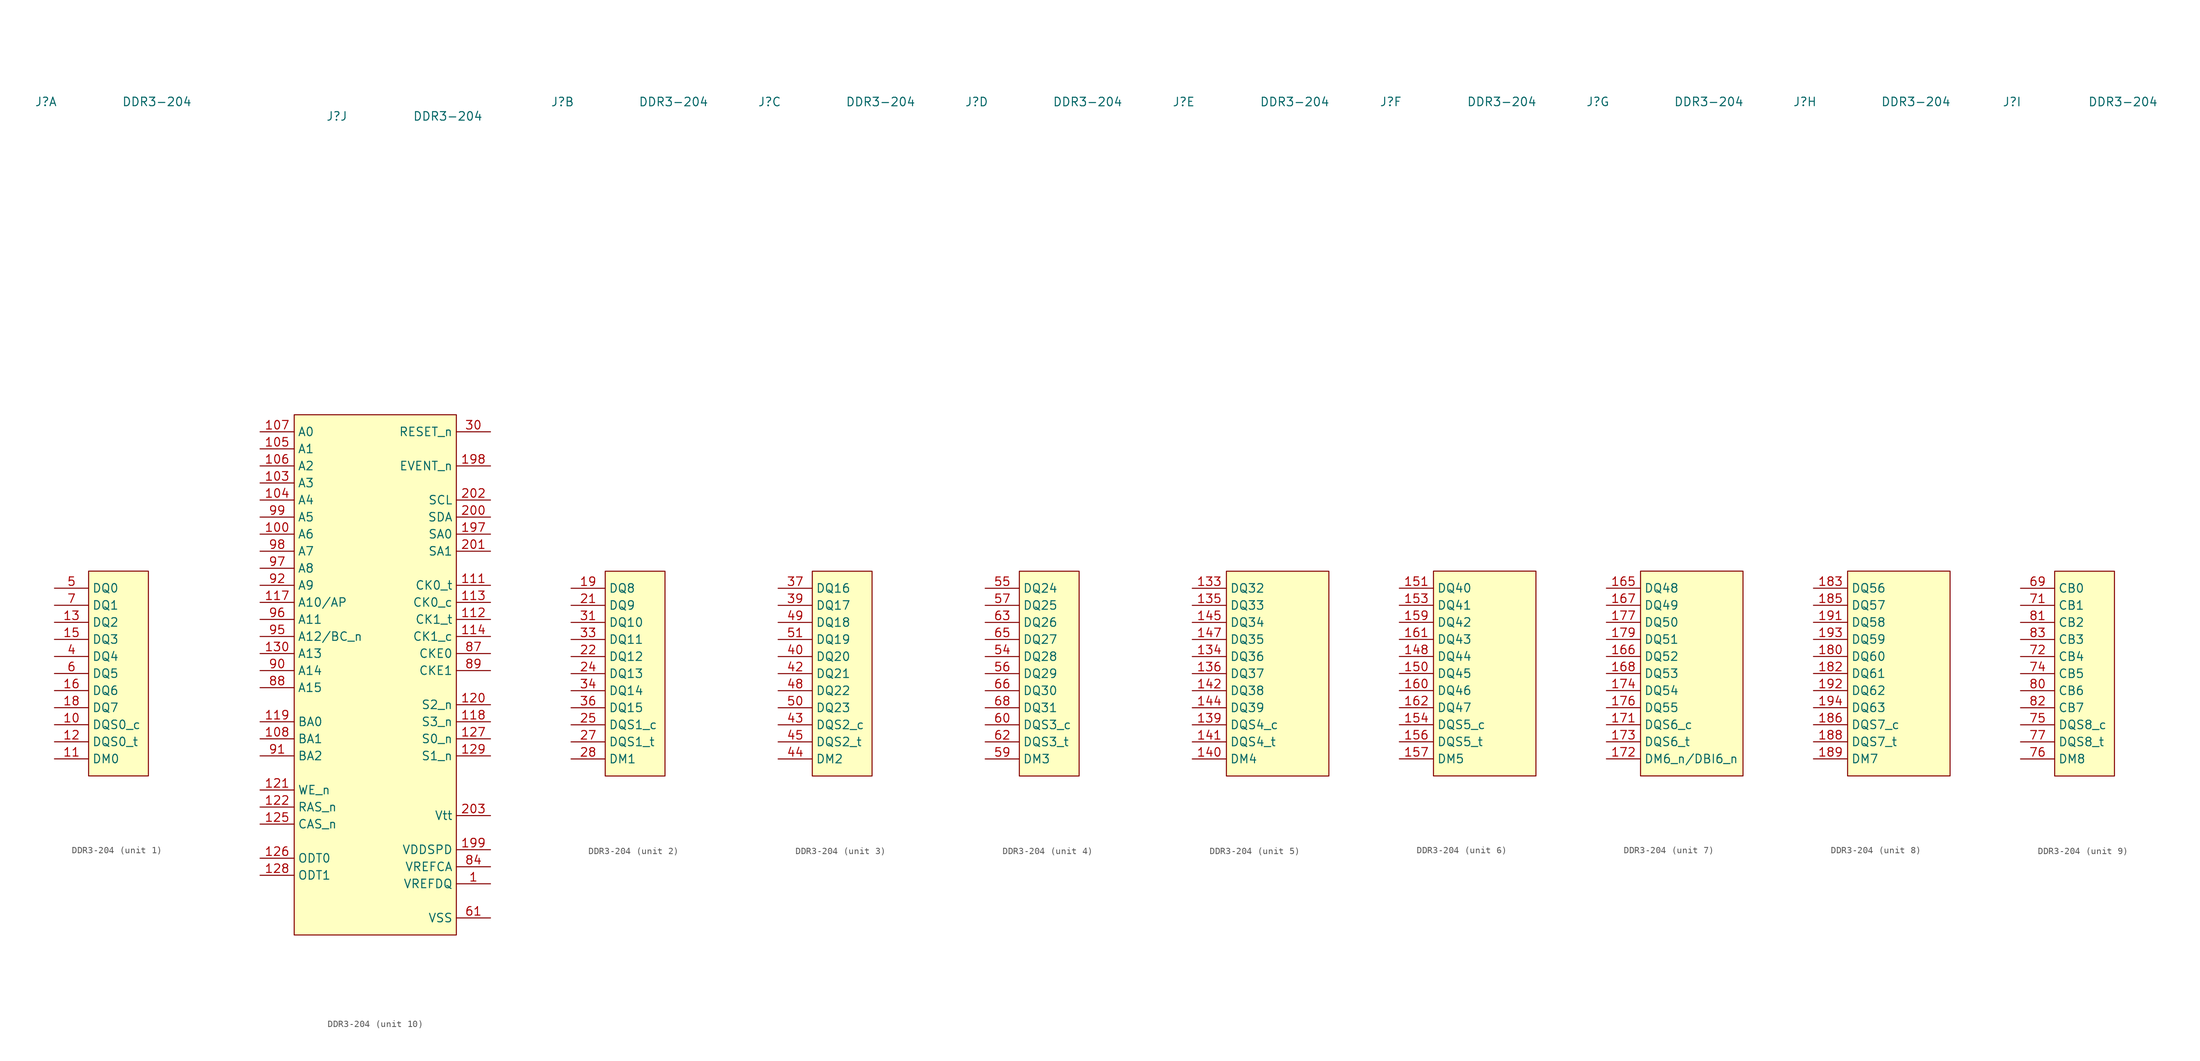
<source format=kicad_sym>
(kicad_symbol_lib
  (version 20231120)
  (generator "kicad_symbol_editor")
  (generator_version "8.0")
  (symbol "DDR3-204"
    (property "Reference" "J"
      (at -6.35 85.09 0)
      (effects (font (size 1.27 1.27))))
    (property "Value" "DDR3-204"
      (at 10.16 85.09 0)
      (effects (font (size 1.27 1.27))))
    (property "ki_locked" ""
      (at 0 0 0)
      (effects (font (size 1.27 1.27))))
    (symbol "DDR3-204_1_1"
      (rectangle (start 0 15.24) (end 8.89 -15.24) (stroke (width 0) (type default)) (fill (type background)))
      (pin passive line (at -5.08 -7.62 0) (length 5.08) (name "DQS0_c" (effects (font (size 1.27 1.27)))) (number "10" (effects (font (size 1.27 1.27)))))
      (pin passive line (at -5.08 -12.7 0) (length 5.08) (name "DM0" (effects (font (size 1.27 1.27)))) (number "11" (effects (font (size 1.27 1.27)))))
      (pin passive line (at -5.08 -10.16 0) (length 5.08) (name "DQS0_t" (effects (font (size 1.27 1.27)))) (number "12" (effects (font (size 1.27 1.27)))))
      (pin passive line (at -5.08 7.62 0) (length 5.08) (name "DQ2" (effects (font (size 1.27 1.27)))) (number "13" (effects (font (size 1.27 1.27)))))
      (pin passive line (at -5.08 5.08 0) (length 5.08) (name "DQ3" (effects (font (size 1.27 1.27)))) (number "15" (effects (font (size 1.27 1.27)))))
      (pin passive line (at -5.08 -2.54 0) (length 5.08) (name "DQ6" (effects (font (size 1.27 1.27)))) (number "16" (effects (font (size 1.27 1.27)))))
      (pin passive line (at -5.08 -5.08 0) (length 5.08) (name "DQ7" (effects (font (size 1.27 1.27)))) (number "18" (effects (font (size 1.27 1.27)))))
      (pin passive line (at -5.08 2.54 0) (length 5.08) (name "DQ4" (effects (font (size 1.27 1.27)))) (number "4" (effects (font (size 1.27 1.27)))))
      (pin passive line (at -5.08 12.7 0) (length 5.08) (name "DQ0" (effects (font (size 1.27 1.27)))) (number "5" (effects (font (size 1.27 1.27)))))
      (pin passive line (at -5.08 0 0) (length 5.08) (name "DQ5" (effects (font (size 1.27 1.27)))) (number "6" (effects (font (size 1.27 1.27)))))
      (pin passive line (at -5.08 10.16 0) (length 5.08) (name "DQ1" (effects (font (size 1.27 1.27)))) (number "7" (effects (font (size 1.27 1.27))))))
    (symbol "DDR3-204_2_1"
      (rectangle (start 0 15.24) (end 8.89 -15.24) (stroke (width 0.152) (type default)) (fill (type background)))
      (pin passive line (at -5.08 12.7 0) (length 5.08) (name "DQ8" (effects (font (size 1.27 1.27)))) (number "19" (effects (font (size 1.27 1.27)))))
      (pin passive line (at -5.08 10.16 0) (length 5.08) (name "DQ9" (effects (font (size 1.27 1.27)))) (number "21" (effects (font (size 1.27 1.27)))))
      (pin passive line (at -5.08 2.54 0) (length 5.08) (name "DQ12" (effects (font (size 1.27 1.27)))) (number "22" (effects (font (size 1.27 1.27)))))
      (pin passive line (at -5.08 0 0) (length 5.08) (name "DQ13" (effects (font (size 1.27 1.27)))) (number "24" (effects (font (size 1.27 1.27)))))
      (pin passive line (at -5.08 -7.62 0) (length 5.08) (name "DQS1_c" (effects (font (size 1.27 1.27)))) (number "25" (effects (font (size 1.27 1.27)))))
      (pin passive line (at -5.08 -10.16 0) (length 5.08) (name "DQS1_t" (effects (font (size 1.27 1.27)))) (number "27" (effects (font (size 1.27 1.27)))))
      (pin passive line (at -5.08 -12.7 0) (length 5.08) (name "DM1" (effects (font (size 1.27 1.27)))) (number "28" (effects (font (size 1.27 1.27)))))
      (pin passive line (at -5.08 7.62 0) (length 5.08) (name "DQ10" (effects (font (size 1.27 1.27)))) (number "31" (effects (font (size 1.27 1.27)))))
      (pin passive line (at -5.08 5.08 0) (length 5.08) (name "DQ11" (effects (font (size 1.27 1.27)))) (number "33" (effects (font (size 1.27 1.27)))))
      (pin passive line (at -5.08 -2.54 0) (length 5.08) (name "DQ14" (effects (font (size 1.27 1.27)))) (number "34" (effects (font (size 1.27 1.27)))))
      (pin passive line (at -5.08 -5.08 0) (length 5.08) (name "DQ15" (effects (font (size 1.27 1.27)))) (number "36" (effects (font (size 1.27 1.27))))))
    (symbol "DDR3-204_3_1"
      (rectangle (start 0 15.24) (end 8.89 -15.24) (stroke (width 0.152) (type default)) (fill (type background)))
      (pin passive line (at -5.08 12.7 0) (length 5.08) (name "DQ16" (effects (font (size 1.27 1.27)))) (number "37" (effects (font (size 1.27 1.27)))))
      (pin passive line (at -5.08 10.16 0) (length 5.08) (name "DQ17" (effects (font (size 1.27 1.27)))) (number "39" (effects (font (size 1.27 1.27)))))
      (pin passive line (at -5.08 2.54 0) (length 5.08) (name "DQ20" (effects (font (size 1.27 1.27)))) (number "40" (effects (font (size 1.27 1.27)))))
      (pin passive line (at -5.08 0 0) (length 5.08) (name "DQ21" (effects (font (size 1.27 1.27)))) (number "42" (effects (font (size 1.27 1.27)))))
      (pin passive line (at -5.08 -7.62 0) (length 5.08) (name "DQS2_c" (effects (font (size 1.27 1.27)))) (number "43" (effects (font (size 1.27 1.27)))))
      (pin passive line (at -5.08 -12.7 0) (length 5.08) (name "DM2" (effects (font (size 1.27 1.27)))) (number "44" (effects (font (size 1.27 1.27)))))
      (pin passive line (at -5.08 -10.16 0) (length 5.08) (name "DQS2_t" (effects (font (size 1.27 1.27)))) (number "45" (effects (font (size 1.27 1.27)))))
      (pin passive line (at -5.08 -2.54 0) (length 5.08) (name "DQ22" (effects (font (size 1.27 1.27)))) (number "48" (effects (font (size 1.27 1.27)))))
      (pin passive line (at -5.08 7.62 0) (length 5.08) (name "DQ18" (effects (font (size 1.27 1.27)))) (number "49" (effects (font (size 1.27 1.27)))))
      (pin passive line (at -5.08 -5.08 0) (length 5.08) (name "DQ23" (effects (font (size 1.27 1.27)))) (number "50" (effects (font (size 1.27 1.27)))))
      (pin passive line (at -5.08 5.08 0) (length 5.08) (name "DQ19" (effects (font (size 1.27 1.27)))) (number "51" (effects (font (size 1.27 1.27))))))
    (symbol "DDR3-204_4_1"
      (rectangle (start 0 15.24) (end 8.89 -15.24) (stroke (width 0.152) (type default)) (fill (type background)))
      (pin passive line (at -5.08 2.54 0) (length 5.08) (name "DQ28" (effects (font (size 1.27 1.27)))) (number "54" (effects (font (size 1.27 1.27)))))
      (pin passive line (at -5.08 12.7 0) (length 5.08) (name "DQ24" (effects (font (size 1.27 1.27)))) (number "55" (effects (font (size 1.27 1.27)))))
      (pin passive line (at -5.08 0 0) (length 5.08) (name "DQ29" (effects (font (size 1.27 1.27)))) (number "56" (effects (font (size 1.27 1.27)))))
      (pin passive line (at -5.08 10.16 0) (length 5.08) (name "DQ25" (effects (font (size 1.27 1.27)))) (number "57" (effects (font (size 1.27 1.27)))))
      (pin passive line (at -5.08 -12.7 0) (length 5.08) (name "DM3" (effects (font (size 1.27 1.27)))) (number "59" (effects (font (size 1.27 1.27)))))
      (pin passive line (at -5.08 -7.62 0) (length 5.08) (name "DQS3_c" (effects (font (size 1.27 1.27)))) (number "60" (effects (font (size 1.27 1.27)))))
      (pin passive line (at -5.08 -10.16 0) (length 5.08) (name "DQS3_t" (effects (font (size 1.27 1.27)))) (number "62" (effects (font (size 1.27 1.27)))))
      (pin passive line (at -5.08 7.62 0) (length 5.08) (name "DQ26" (effects (font (size 1.27 1.27)))) (number "63" (effects (font (size 1.27 1.27)))))
      (pin passive line (at -5.08 5.08 0) (length 5.08) (name "DQ27" (effects (font (size 1.27 1.27)))) (number "65" (effects (font (size 1.27 1.27)))))
      (pin passive line (at -5.08 -2.54 0) (length 5.08) (name "DQ30" (effects (font (size 1.27 1.27)))) (number "66" (effects (font (size 1.27 1.27)))))
      (pin passive line (at -5.08 -5.08 0) (length 5.08) (name "DQ31" (effects (font (size 1.27 1.27)))) (number "68" (effects (font (size 1.27 1.27))))))
    (symbol "DDR3-204_5_1"
      (rectangle (start 0 15.24) (end 15.24 -15.24) (stroke (width 0.152) (type default)) (fill (type background)))
      (pin passive line (at -5.08 12.7 0) (length 5.08) (name "DQ32" (effects (font (size 1.27 1.27)))) (number "133" (effects (font (size 1.27 1.27)))))
      (pin passive line (at -5.08 2.54 0) (length 5.08) (name "DQ36" (effects (font (size 1.27 1.27)))) (number "134" (effects (font (size 1.27 1.27)))))
      (pin passive line (at -5.08 10.16 0) (length 5.08) (name "DQ33" (effects (font (size 1.27 1.27)))) (number "135" (effects (font (size 1.27 1.27)))))
      (pin passive line (at -5.08 0 0) (length 5.08) (name "DQ37" (effects (font (size 1.27 1.27)))) (number "136" (effects (font (size 1.27 1.27)))))
      (pin passive line (at -5.08 -7.62 0) (length 5.08) (name "DQS4_c" (effects (font (size 1.27 1.27)))) (number "139" (effects (font (size 1.27 1.27)))))
      (pin passive line (at -5.08 -12.7 0) (length 5.08) (name "DM4" (effects (font (size 1.27 1.27)))) (number "140" (effects (font (size 1.27 1.27)))))
      (pin passive line (at -5.08 -10.16 0) (length 5.08) (name "DQS4_t" (effects (font (size 1.27 1.27)))) (number "141" (effects (font (size 1.27 1.27)))))
      (pin passive line (at -5.08 -2.54 0) (length 5.08) (name "DQ38" (effects (font (size 1.27 1.27)))) (number "142" (effects (font (size 1.27 1.27)))))
      (pin passive line (at -5.08 -5.08 0) (length 5.08) (name "DQ39" (effects (font (size 1.27 1.27)))) (number "144" (effects (font (size 1.27 1.27)))))
      (pin passive line (at -5.08 7.62 0) (length 5.08) (name "DQ34" (effects (font (size 1.27 1.27)))) (number "145" (effects (font (size 1.27 1.27)))))
      (pin passive line (at -5.08 5.08 0) (length 5.08) (name "DQ35" (effects (font (size 1.27 1.27)))) (number "147" (effects (font (size 1.27 1.27))))))
    (symbol "DDR3-204_6_1"
      (rectangle (start 0 15.24) (end 15.24 -15.24) (stroke (width 0) (type default)) (fill (type background)))
      (pin passive line (at -5.08 2.54 0) (length 5.08) (name "DQ44" (effects (font (size 1.27 1.27)))) (number "148" (effects (font (size 1.27 1.27)))))
      (pin passive line (at -5.08 0 0) (length 5.08) (name "DQ45" (effects (font (size 1.27 1.27)))) (number "150" (effects (font (size 1.27 1.27)))))
      (pin passive line (at -5.08 12.7 0) (length 5.08) (name "DQ40" (effects (font (size 1.27 1.27)))) (number "151" (effects (font (size 1.27 1.27)))))
      (pin passive line (at -5.08 10.16 0) (length 5.08) (name "DQ41" (effects (font (size 1.27 1.27)))) (number "153" (effects (font (size 1.27 1.27)))))
      (pin passive line (at -5.08 -7.62 0) (length 5.08) (name "DQS5_c" (effects (font (size 1.27 1.27)))) (number "154" (effects (font (size 1.27 1.27)))))
      (pin passive line (at -5.08 -10.16 0) (length 5.08) (name "DQS5_t" (effects (font (size 1.27 1.27)))) (number "156" (effects (font (size 1.27 1.27)))))
      (pin passive line (at -5.08 -12.7 0) (length 5.08) (name "DM5" (effects (font (size 1.27 1.27)))) (number "157" (effects (font (size 1.27 1.27)))))
      (pin passive line (at -5.08 7.62 0) (length 5.08) (name "DQ42" (effects (font (size 1.27 1.27)))) (number "159" (effects (font (size 1.27 1.27)))))
      (pin passive line (at -5.08 -2.54 0) (length 5.08) (name "DQ46" (effects (font (size 1.27 1.27)))) (number "160" (effects (font (size 1.27 1.27)))))
      (pin passive line (at -5.08 5.08 0) (length 5.08) (name "DQ43" (effects (font (size 1.27 1.27)))) (number "161" (effects (font (size 1.27 1.27)))))
      (pin passive line (at -5.08 -5.08 0) (length 5.08) (name "DQ47" (effects (font (size 1.27 1.27)))) (number "162" (effects (font (size 1.27 1.27))))))
    (symbol "DDR3-204_7_1"
      (rectangle (start 0 15.24) (end 15.24 -15.24) (stroke (width 0) (type default)) (fill (type background)))
      (pin passive line (at -5.08 12.7 0) (length 5.08) (name "DQ48" (effects (font (size 1.27 1.27)))) (number "165" (effects (font (size 1.27 1.27)))))
      (pin passive line (at -5.08 2.54 0) (length 5.08) (name "DQ52" (effects (font (size 1.27 1.27)))) (number "166" (effects (font (size 1.27 1.27)))))
      (pin passive line (at -5.08 10.16 0) (length 5.08) (name "DQ49" (effects (font (size 1.27 1.27)))) (number "167" (effects (font (size 1.27 1.27)))))
      (pin passive line (at -5.08 0 0) (length 5.08) (name "DQ53" (effects (font (size 1.27 1.27)))) (number "168" (effects (font (size 1.27 1.27)))))
      (pin passive line (at -5.08 -7.62 0) (length 5.08) (name "DQS6_c" (effects (font (size 1.27 1.27)))) (number "171" (effects (font (size 1.27 1.27)))))
      (pin passive line (at -5.08 -12.7 0) (length 5.08) (name "DM6_n/DBI6_n" (effects (font (size 1.27 1.27)))) (number "172" (effects (font (size 1.27 1.27)))))
      (pin passive line (at -5.08 -10.16 0) (length 5.08) (name "DQS6_t" (effects (font (size 1.27 1.27)))) (number "173" (effects (font (size 1.27 1.27)))))
      (pin passive line (at -5.08 -2.54 0) (length 5.08) (name "DQ54" (effects (font (size 1.27 1.27)))) (number "174" (effects (font (size 1.27 1.27)))))
      (pin passive line (at -5.08 -5.08 0) (length 5.08) (name "DQ55" (effects (font (size 1.27 1.27)))) (number "176" (effects (font (size 1.27 1.27)))))
      (pin passive line (at -5.08 7.62 0) (length 5.08) (name "DQ50" (effects (font (size 1.27 1.27)))) (number "177" (effects (font (size 1.27 1.27)))))
      (pin passive line (at -5.08 5.08 0) (length 5.08) (name "DQ51" (effects (font (size 1.27 1.27)))) (number "179" (effects (font (size 1.27 1.27))))))
    (symbol "DDR3-204_8_1"
      (rectangle (start 0 15.24) (end 15.24 -15.24) (stroke (width 0) (type default)) (fill (type background)))
      (pin passive line (at -5.08 2.54 0) (length 5.08) (name "DQ60" (effects (font (size 1.27 1.27)))) (number "180" (effects (font (size 1.27 1.27)))))
      (pin passive line (at -5.08 0 0) (length 5.08) (name "DQ61" (effects (font (size 1.27 1.27)))) (number "182" (effects (font (size 1.27 1.27)))))
      (pin passive line (at -5.08 12.7 0) (length 5.08) (name "DQ56" (effects (font (size 1.27 1.27)))) (number "183" (effects (font (size 1.27 1.27)))))
      (pin passive line (at -5.08 10.16 0) (length 5.08) (name "DQ57" (effects (font (size 1.27 1.27)))) (number "185" (effects (font (size 1.27 1.27)))))
      (pin passive line (at -5.08 -7.62 0) (length 5.08) (name "DQS7_c" (effects (font (size 1.27 1.27)))) (number "186" (effects (font (size 1.27 1.27)))))
      (pin passive line (at -5.08 -10.16 0) (length 5.08) (name "DQS7_t" (effects (font (size 1.27 1.27)))) (number "188" (effects (font (size 1.27 1.27)))))
      (pin passive line (at -5.08 -12.7 0) (length 5.08) (name "DM7" (effects (font (size 1.27 1.27)))) (number "189" (effects (font (size 1.27 1.27)))))
      (pin passive line (at -5.08 7.62 0) (length 5.08) (name "DQ58" (effects (font (size 1.27 1.27)))) (number "191" (effects (font (size 1.27 1.27)))))
      (pin passive line (at -5.08 -2.54 0) (length 5.08) (name "DQ62" (effects (font (size 1.27 1.27)))) (number "192" (effects (font (size 1.27 1.27)))))
      (pin passive line (at -5.08 5.08 0) (length 5.08) (name "DQ59" (effects (font (size 1.27 1.27)))) (number "193" (effects (font (size 1.27 1.27)))))
      (pin passive line (at -5.08 -5.08 0) (length 5.08) (name "DQ63" (effects (font (size 1.27 1.27)))) (number "194" (effects (font (size 1.27 1.27))))))
    (symbol "DDR3-204_9_1"
      (rectangle (start 0 15.24) (end 8.89 -15.24) (stroke (width 0.152) (type default)) (fill (type background)))
      (pin passive line (at -5.08 12.7 0) (length 5.08) (name "CB0" (effects (font (size 1.27 1.27)))) (number "69" (effects (font (size 1.27 1.27)))))
      (pin passive line (at -5.08 10.16 0) (length 5.08) (name "CB1" (effects (font (size 1.27 1.27)))) (number "71" (effects (font (size 1.27 1.27)))))
      (pin passive line (at -5.08 2.54 0) (length 5.08) (name "CB4" (effects (font (size 1.27 1.27)))) (number "72" (effects (font (size 1.27 1.27)))))
      (pin passive line (at -5.08 0 0) (length 5.08) (name "CB5" (effects (font (size 1.27 1.27)))) (number "74" (effects (font (size 1.27 1.27)))))
      (pin passive line (at -5.08 -7.62 0) (length 5.08) (name "DQS8_c" (effects (font (size 1.27 1.27)))) (number "75" (effects (font (size 1.27 1.27)))))
      (pin passive line (at -5.08 -12.7 0) (length 5.08) (name "DM8" (effects (font (size 1.27 1.27)))) (number "76" (effects (font (size 1.27 1.27)))))
      (pin passive line (at -5.08 -10.16 0) (length 5.08) (name "DQS8_t" (effects (font (size 1.27 1.27)))) (number "77" (effects (font (size 1.27 1.27)))))
      (pin passive line (at -5.08 -2.54 0) (length 5.08) (name "CB6" (effects (font (size 1.27 1.27)))) (number "80" (effects (font (size 1.27 1.27)))))
      (pin passive line (at -5.08 7.62 0) (length 5.08) (name "CB2" (effects (font (size 1.27 1.27)))) (number "81" (effects (font (size 1.27 1.27)))))
      (pin passive line (at -5.08 -5.08 0) (length 5.08) (name "CB7" (effects (font (size 1.27 1.27)))) (number "82" (effects (font (size 1.27 1.27)))))
      (pin passive line (at -5.08 5.08 0) (length 5.08) (name "CB3" (effects (font (size 1.27 1.27)))) (number "83" (effects (font (size 1.27 1.27))))))
    (symbol "DDR3-204_10_1"
      (rectangle (start -12.7 40.64) (end 11.43 -36.83) (stroke (width 0) (type default)) (fill (type background)))
      (pin passive line (at 16.51 -29.21 180) (length 5.08) (name "VREFDQ" (effects (font (size 1.27 1.27)))) (number "1" (effects (font (size 1.27 1.27)))))
      (pin passive line (at -17.78 22.86 0) (length 5.08) (name "A6" (effects (font (size 1.27 1.27)))) (number "100" (effects (font (size 1.27 1.27)))))
      (pin passive line (at 16.51 -15.24 180) (length 5.08) hide (name "VDD" (effects (font (size 1.27 1.27)))) (number "101" (effects (font (size 1.27 1.27)))))
      (pin passive line (at 16.51 -15.24 180) (length 5.08) hide (name "VDD" (effects (font (size 1.27 1.27)))) (number "102" (effects (font (size 1.27 1.27)))))
      (pin passive line (at -17.78 30.48 0) (length 5.08) (name "A3" (effects (font (size 1.27 1.27)))) (number "103" (effects (font (size 1.27 1.27)))))
      (pin passive line (at -17.78 27.94 0) (length 5.08) (name "A4" (effects (font (size 1.27 1.27)))) (number "104" (effects (font (size 1.27 1.27)))))
      (pin passive line (at -17.78 35.56 0) (length 5.08) (name "A1" (effects (font (size 1.27 1.27)))) (number "105" (effects (font (size 1.27 1.27)))))
      (pin passive line (at -17.78 33.02 0) (length 5.08) (name "A2" (effects (font (size 1.27 1.27)))) (number "106" (effects (font (size 1.27 1.27)))))
      (pin passive line (at -17.78 38.1 0) (length 5.08) (name "A0" (effects (font (size 1.27 1.27)))) (number "107" (effects (font (size 1.27 1.27)))))
      (pin passive line (at -17.78 -7.62 0) (length 5.08) (name "BA1" (effects (font (size 1.27 1.27)))) (number "108" (effects (font (size 1.27 1.27)))))
      (pin passive line (at 16.51 -15.24 180) (length 5.08) hide (name "VDD" (effects (font (size 1.27 1.27)))) (number "109" (effects (font (size 1.27 1.27)))))
      (pin passive line (at 16.51 -15.24 180) (length 5.08) hide (name "VDD" (effects (font (size 1.27 1.27)))) (number "110" (effects (font (size 1.27 1.27)))))
      (pin passive line (at 16.51 15.24 180) (length 5.08) (name "CK0_t" (effects (font (size 1.27 1.27)))) (number "111" (effects (font (size 1.27 1.27)))))
      (pin passive line (at 16.51 10.16 180) (length 5.08) (name "CK1_t" (effects (font (size 1.27 1.27)))) (number "112" (effects (font (size 1.27 1.27)))))
      (pin passive line (at 16.51 12.7 180) (length 5.08) (name "CK0_c" (effects (font (size 1.27 1.27)))) (number "113" (effects (font (size 1.27 1.27)))))
      (pin passive line (at 16.51 7.62 180) (length 5.08) (name "CK1_c" (effects (font (size 1.27 1.27)))) (number "114" (effects (font (size 1.27 1.27)))))
      (pin passive line (at 16.51 -15.24 180) (length 5.08) hide (name "VDD" (effects (font (size 1.27 1.27)))) (number "115" (effects (font (size 1.27 1.27)))))
      (pin passive line (at 16.51 -15.24 180) (length 5.08) hide (name "VDD" (effects (font (size 1.27 1.27)))) (number "116" (effects (font (size 1.27 1.27)))))
      (pin passive line (at -17.78 12.7 0) (length 5.08) (name "A10/AP" (effects (font (size 1.27 1.27)))) (number "117" (effects (font (size 1.27 1.27)))))
      (pin passive line (at 16.51 -5.08 180) (length 5.08) (name "S3_n" (effects (font (size 1.27 1.27)))) (number "118" (effects (font (size 1.27 1.27)))))
      (pin passive line (at -17.78 -5.08 0) (length 5.08) (name "BA0" (effects (font (size 1.27 1.27)))) (number "119" (effects (font (size 1.27 1.27)))))
      (pin passive line (at 16.51 -2.54 180) (length 5.08) (name "S2_n" (effects (font (size 1.27 1.27)))) (number "120" (effects (font (size 1.27 1.27)))))
      (pin passive line (at -17.78 -15.24 0) (length 5.08) (name "WE_n" (effects (font (size 1.27 1.27)))) (number "121" (effects (font (size 1.27 1.27)))))
      (pin passive line (at -17.78 -17.78 0) (length 5.08) (name "RAS_n" (effects (font (size 1.27 1.27)))) (number "122" (effects (font (size 1.27 1.27)))))
      (pin passive line (at 16.51 -15.24 180) (length 5.08) hide (name "VDD" (effects (font (size 1.27 1.27)))) (number "123" (effects (font (size 1.27 1.27)))))
      (pin passive line (at 16.51 -15.24 180) (length 5.08) hide (name "VDD" (effects (font (size 1.27 1.27)))) (number "124" (effects (font (size 1.27 1.27)))))
      (pin passive line (at -17.78 -20.32 0) (length 5.08) (name "CAS_n" (effects (font (size 1.27 1.27)))) (number "125" (effects (font (size 1.27 1.27)))))
      (pin passive line (at -17.78 -25.4 0) (length 5.08) (name "ODT0" (effects (font (size 1.27 1.27)))) (number "126" (effects (font (size 1.27 1.27)))))
      (pin passive line (at 16.51 -7.62 180) (length 5.08) (name "S0_n" (effects (font (size 1.27 1.27)))) (number "127" (effects (font (size 1.27 1.27)))))
      (pin passive line (at -17.78 -27.94 0) (length 5.08) (name "ODT1" (effects (font (size 1.27 1.27)))) (number "128" (effects (font (size 1.27 1.27)))))
      (pin passive line (at 16.51 -10.16 180) (length 5.08) (name "S1_n" (effects (font (size 1.27 1.27)))) (number "129" (effects (font (size 1.27 1.27)))))
      (pin passive line (at -17.78 5.08 0) (length 5.08) (name "A13" (effects (font (size 1.27 1.27)))) (number "130" (effects (font (size 1.27 1.27)))))
      (pin passive line (at 16.51 -15.24 180) (length 5.08) hide (name "VDD" (effects (font (size 1.27 1.27)))) (number "131" (effects (font (size 1.27 1.27)))))
      (pin passive line (at 16.51 -15.24 180) (length 5.08) hide (name "VDD" (effects (font (size 1.27 1.27)))) (number "132" (effects (font (size 1.27 1.27)))))
      (pin passive line (at 16.51 -34.29 180) (length 5.08) hide (name "VSS" (effects (font (size 1.27 1.27)))) (number "137" (effects (font (size 1.27 1.27)))))
      (pin passive line (at 16.51 -34.29 180) (length 5.08) hide (name "VSS" (effects (font (size 1.27 1.27)))) (number "138" (effects (font (size 1.27 1.27)))))
      (pin passive line (at 16.51 -34.29 180) (length 5.08) hide (name "VSS" (effects (font (size 1.27 1.27)))) (number "14" (effects (font (size 1.27 1.27)))))
      (pin passive line (at 16.51 -34.29 180) (length 5.08) hide (name "VSS" (effects (font (size 1.27 1.27)))) (number "143" (effects (font (size 1.27 1.27)))))
      (pin passive line (at 16.51 -34.29 180) (length 5.08) hide (name "VSS" (effects (font (size 1.27 1.27)))) (number "146" (effects (font (size 1.27 1.27)))))
      (pin passive line (at 16.51 -34.29 180) (length 5.08) hide (name "VSS" (effects (font (size 1.27 1.27)))) (number "149" (effects (font (size 1.27 1.27)))))
      (pin passive line (at 16.51 -34.29 180) (length 5.08) hide (name "VSS" (effects (font (size 1.27 1.27)))) (number "152" (effects (font (size 1.27 1.27)))))
      (pin passive line (at 16.51 -34.29 180) (length 5.08) hide (name "VSS" (effects (font (size 1.27 1.27)))) (number "155" (effects (font (size 1.27 1.27)))))
      (pin passive line (at 16.51 -34.29 180) (length 5.08) hide (name "VSS" (effects (font (size 1.27 1.27)))) (number "158" (effects (font (size 1.27 1.27)))))
      (pin passive line (at 16.51 -34.29 180) (length 5.08) hide (name "VSS" (effects (font (size 1.27 1.27)))) (number "163" (effects (font (size 1.27 1.27)))))
      (pin passive line (at 16.51 -34.29 180) (length 5.08) hide (name "VSS" (effects (font (size 1.27 1.27)))) (number "164" (effects (font (size 1.27 1.27)))))
      (pin passive line (at 16.51 -34.29 180) (length 5.08) hide (name "VSS" (effects (font (size 1.27 1.27)))) (number "169" (effects (font (size 1.27 1.27)))))
      (pin passive line (at 16.51 -34.29 180) (length 5.08) hide (name "VSS" (effects (font (size 1.27 1.27)))) (number "17" (effects (font (size 1.27 1.27)))))
      (pin passive line (at 16.51 -34.29 180) (length 5.08) hide (name "VSS" (effects (font (size 1.27 1.27)))) (number "170" (effects (font (size 1.27 1.27)))))
      (pin passive line (at 16.51 -34.29 180) (length 5.08) hide (name "VSS" (effects (font (size 1.27 1.27)))) (number "175" (effects (font (size 1.27 1.27)))))
      (pin passive line (at 16.51 -34.29 180) (length 5.08) hide (name "VSS" (effects (font (size 1.27 1.27)))) (number "178" (effects (font (size 1.27 1.27)))))
      (pin passive line (at 16.51 -34.29 180) (length 5.08) hide (name "VSS" (effects (font (size 1.27 1.27)))) (number "181" (effects (font (size 1.27 1.27)))))
      (pin passive line (at 16.51 -34.29 180) (length 5.08) hide (name "VSS" (effects (font (size 1.27 1.27)))) (number "184" (effects (font (size 1.27 1.27)))))
      (pin passive line (at 16.51 -34.29 180) (length 5.08) hide (name "VSS" (effects (font (size 1.27 1.27)))) (number "187" (effects (font (size 1.27 1.27)))))
      (pin passive line (at 16.51 -34.29 180) (length 5.08) hide (name "VSS" (effects (font (size 1.27 1.27)))) (number "190" (effects (font (size 1.27 1.27)))))
      (pin passive line (at 16.51 -34.29 180) (length 5.08) hide (name "VSS" (effects (font (size 1.27 1.27)))) (number "195" (effects (font (size 1.27 1.27)))))
      (pin passive line (at 16.51 -34.29 180) (length 5.08) hide (name "VSS" (effects (font (size 1.27 1.27)))) (number "196" (effects (font (size 1.27 1.27)))))
      (pin passive line (at 16.51 22.86 180) (length 5.08) (name "SA0" (effects (font (size 1.27 1.27)))) (number "197" (effects (font (size 1.27 1.27)))))
      (pin passive line (at 16.51 33.02 180) (length 5.08) (name "EVENT_n" (effects (font (size 1.27 1.27)))) (number "198" (effects (font (size 1.27 1.27)))))
      (pin passive line (at 16.51 -24.13 180) (length 5.08) (name "VDDSPD" (effects (font (size 1.27 1.27)))) (number "199" (effects (font (size 1.27 1.27)))))
      (pin passive line (at 16.51 -34.29 180) (length 5.08) hide (name "VSS" (effects (font (size 1.27 1.27)))) (number "2" (effects (font (size 1.27 1.27)))))
      (pin passive line (at 16.51 -34.29 180) (length 5.08) hide (name "VSS" (effects (font (size 1.27 1.27)))) (number "20" (effects (font (size 1.27 1.27)))))
      (pin passive line (at 16.51 25.4 180) (length 5.08) (name "SDA" (effects (font (size 1.27 1.27)))) (number "200" (effects (font (size 1.27 1.27)))))
      (pin passive line (at 16.51 20.32 180) (length 5.08) (name "SA1" (effects (font (size 1.27 1.27)))) (number "201" (effects (font (size 1.27 1.27)))))
      (pin passive line (at 16.51 27.94 180) (length 5.08) (name "SCL" (effects (font (size 1.27 1.27)))) (number "202" (effects (font (size 1.27 1.27)))))
      (pin passive line (at 16.51 -19.05 180) (length 5.08) (name "Vtt" (effects (font (size 1.27 1.27)))) (number "203" (effects (font (size 1.27 1.27)))))
      (pin passive line (at 16.51 -19.05 180) (length 5.08) hide (name "Vtt" (effects (font (size 1.27 1.27)))) (number "204" (effects (font (size 1.27 1.27)))))
      (pin passive line (at 16.51 -34.29 180) (length 5.08) hide (name "VSS" (effects (font (size 1.27 1.27)))) (number "23" (effects (font (size 1.27 1.27)))))
      (pin passive line (at 16.51 -34.29 180) (length 5.08) hide (name "VSS" (effects (font (size 1.27 1.27)))) (number "26" (effects (font (size 1.27 1.27)))))
      (pin passive line (at 16.51 -34.29 180) (length 5.08) hide (name "VSS" (effects (font (size 1.27 1.27)))) (number "29" (effects (font (size 1.27 1.27)))))
      (pin passive line (at 16.51 -34.29 180) (length 5.08) hide (name "VSS" (effects (font (size 1.27 1.27)))) (number "3" (effects (font (size 1.27 1.27)))))
      (pin passive line (at 16.51 38.1 180) (length 5.08) (name "RESET_n" (effects (font (size 1.27 1.27)))) (number "30" (effects (font (size 1.27 1.27)))))
      (pin passive line (at 16.51 -34.29 180) (length 5.08) hide (name "VSS" (effects (font (size 1.27 1.27)))) (number "32" (effects (font (size 1.27 1.27)))))
      (pin passive line (at 16.51 -34.29 180) (length 5.08) hide (name "VSS" (effects (font (size 1.27 1.27)))) (number "35" (effects (font (size 1.27 1.27)))))
      (pin passive line (at 16.51 -34.29 180) (length 5.08) hide (name "VSS" (effects (font (size 1.27 1.27)))) (number "38" (effects (font (size 1.27 1.27)))))
      (pin passive line (at 16.51 -34.29 180) (length 5.08) hide (name "VSS" (effects (font (size 1.27 1.27)))) (number "41" (effects (font (size 1.27 1.27)))))
      (pin passive line (at 16.51 -34.29 180) (length 5.08) hide (name "VSS" (effects (font (size 1.27 1.27)))) (number "46" (effects (font (size 1.27 1.27)))))
      (pin passive line (at 16.51 -34.29 180) (length 5.08) hide (name "VSS" (effects (font (size 1.27 1.27)))) (number "47" (effects (font (size 1.27 1.27)))))
      (pin passive line (at 16.51 -34.29 180) (length 5.08) hide (name "VSS" (effects (font (size 1.27 1.27)))) (number "52" (effects (font (size 1.27 1.27)))))
      (pin passive line (at 16.51 -34.29 180) (length 5.08) hide (name "VSS" (effects (font (size 1.27 1.27)))) (number "53" (effects (font (size 1.27 1.27)))))
      (pin passive line (at 16.51 -34.29 180) (length 5.08) hide (name "VSS" (effects (font (size 1.27 1.27)))) (number "58" (effects (font (size 1.27 1.27)))))
      (pin passive line (at 16.51 -34.29 180) (length 5.08) (name "VSS" (effects (font (size 1.27 1.27)))) (number "61" (effects (font (size 1.27 1.27)))))
      (pin passive line (at 16.51 -34.29 180) (length 5.08) hide (name "VSS" (effects (font (size 1.27 1.27)))) (number "64" (effects (font (size 1.27 1.27)))))
      (pin passive line (at 16.51 -34.29 180) (length 5.08) hide (name "VSS" (effects (font (size 1.27 1.27)))) (number "67" (effects (font (size 1.27 1.27)))))
      (pin passive line (at 16.51 -34.29 180) (length 5.08) hide (name "VSS" (effects (font (size 1.27 1.27)))) (number "70" (effects (font (size 1.27 1.27)))))
      (pin passive line (at 16.51 -34.29 180) (length 5.08) hide (name "VSS" (effects (font (size 1.27 1.27)))) (number "73" (effects (font (size 1.27 1.27)))))
      (pin passive line (at 16.51 -34.29 180) (length 5.08) hide (name "VSS" (effects (font (size 1.27 1.27)))) (number "78" (effects (font (size 1.27 1.27)))))
      (pin passive line (at 16.51 -34.29 180) (length 5.08) hide (name "VSS" (effects (font (size 1.27 1.27)))) (number "79" (effects (font (size 1.27 1.27)))))
      (pin passive line (at 16.51 -34.29 180) (length 5.08) hide (name "VSS" (effects (font (size 1.27 1.27)))) (number "8" (effects (font (size 1.27 1.27)))))
      (pin passive line (at 16.51 -26.67 180) (length 5.08) (name "VREFCA" (effects (font (size 1.27 1.27)))) (number "84" (effects (font (size 1.27 1.27)))))
      (pin passive line (at 16.51 -15.24 180) (length 5.08) hide (name "VDD" (effects (font (size 1.27 1.27)))) (number "85" (effects (font (size 1.27 1.27)))))
      (pin passive line (at 16.51 -15.24 180) (length 5.08) hide (name "VDD" (effects (font (size 1.27 1.27)))) (number "86" (effects (font (size 1.27 1.27)))))
      (pin passive line (at 16.51 5.08 180) (length 5.08) (name "CKE0" (effects (font (size 1.27 1.27)))) (number "87" (effects (font (size 1.27 1.27)))))
      (pin passive line (at -17.78 0 0) (length 5.08) (name "A15" (effects (font (size 1.27 1.27)))) (number "88" (effects (font (size 1.27 1.27)))))
      (pin passive line (at 16.51 2.54 180) (length 5.08) (name "CKE1" (effects (font (size 1.27 1.27)))) (number "89" (effects (font (size 1.27 1.27)))))
      (pin passive line (at 16.51 -34.29 180) (length 5.08) hide (name "VSS" (effects (font (size 1.27 1.27)))) (number "9" (effects (font (size 1.27 1.27)))))
      (pin passive line (at -17.78 2.54 0) (length 5.08) (name "A14" (effects (font (size 1.27 1.27)))) (number "90" (effects (font (size 1.27 1.27)))))
      (pin passive line (at -17.78 -10.16 0) (length 5.08) (name "BA2" (effects (font (size 1.27 1.27)))) (number "91" (effects (font (size 1.27 1.27)))))
      (pin passive line (at -17.78 15.24 0) (length 5.08) (name "A9" (effects (font (size 1.27 1.27)))) (number "92" (effects (font (size 1.27 1.27)))))
      (pin passive line (at 16.51 -15.24 180) (length 5.08) hide (name "VDD" (effects (font (size 1.27 1.27)))) (number "93" (effects (font (size 1.27 1.27)))))
      (pin passive line (at 16.51 -15.24 180) (length 5.08) hide (name "VDD" (effects (font (size 1.27 1.27)))) (number "94" (effects (font (size 1.27 1.27)))))
      (pin passive line (at -17.78 7.62 0) (length 5.08) (name "A12/BC_n" (effects (font (size 1.27 1.27)))) (number "95" (effects (font (size 1.27 1.27)))))
      (pin passive line (at -17.78 10.16 0) (length 5.08) (name "A11" (effects (font (size 1.27 1.27)))) (number "96" (effects (font (size 1.27 1.27)))))
      (pin passive line (at -17.78 17.78 0) (length 5.08) (name "A8" (effects (font (size 1.27 1.27)))) (number "97" (effects (font (size 1.27 1.27)))))
      (pin passive line (at -17.78 20.32 0) (length 5.08) (name "A7" (effects (font (size 1.27 1.27)))) (number "98" (effects (font (size 1.27 1.27)))))
      (pin passive line (at -17.78 25.4 0) (length 5.08) (name "A5" (effects (font (size 1.27 1.27)))) (number "99" (effects (font (size 1.27 1.27))))))))
</source>
